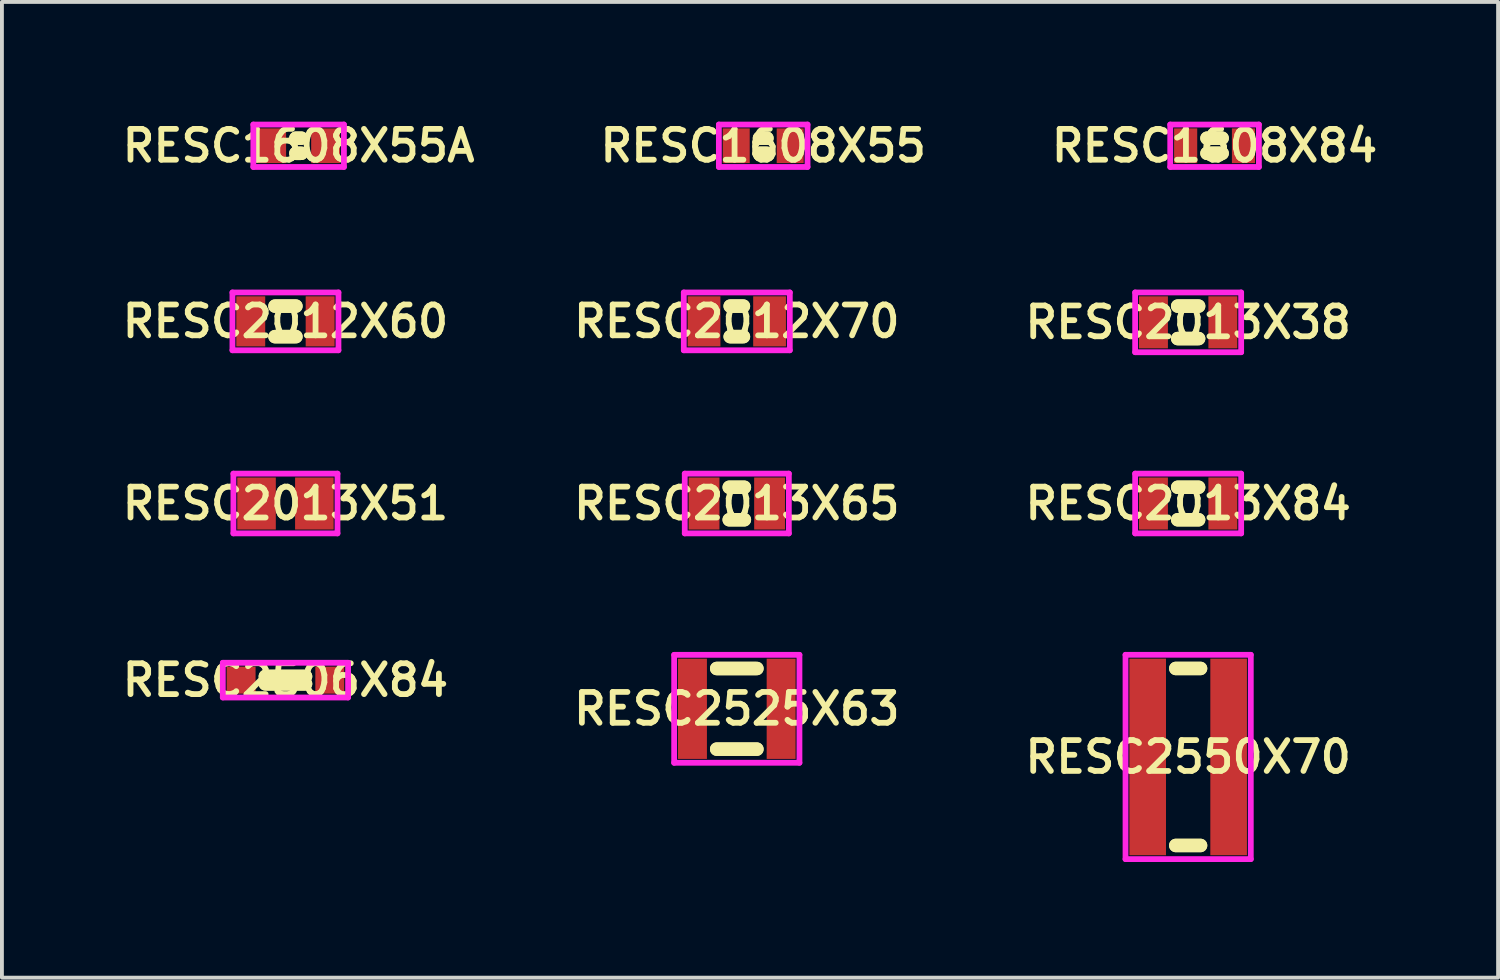
<source format=kicad_pcb>
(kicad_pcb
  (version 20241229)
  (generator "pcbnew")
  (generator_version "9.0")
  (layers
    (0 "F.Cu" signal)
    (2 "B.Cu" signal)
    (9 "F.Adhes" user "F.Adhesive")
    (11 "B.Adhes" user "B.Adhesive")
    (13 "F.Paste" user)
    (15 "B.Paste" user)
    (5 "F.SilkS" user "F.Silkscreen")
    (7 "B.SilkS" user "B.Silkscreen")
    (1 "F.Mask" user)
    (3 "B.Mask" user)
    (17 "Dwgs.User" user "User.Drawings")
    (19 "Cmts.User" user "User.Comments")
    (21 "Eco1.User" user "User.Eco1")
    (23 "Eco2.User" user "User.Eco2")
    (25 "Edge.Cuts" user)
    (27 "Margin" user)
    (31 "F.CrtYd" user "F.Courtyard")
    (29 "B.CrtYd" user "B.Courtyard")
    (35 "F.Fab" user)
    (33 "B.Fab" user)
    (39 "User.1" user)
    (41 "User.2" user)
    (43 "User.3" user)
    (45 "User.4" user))
  (footprint "RESC2550X70"
    (layer "F.Cu")
    (at 27.773 16.587)
    (property "Reference" "RESC2550X70" (at 0 0 0) (layer "F.SilkS") (effects (font (size 0.8 0.8) (thickness 0.15))))
    (attr smd)
    (fp_line (start -0.321 -2.296) (end 0.321 -2.296) (stroke (width 0.35) (type solid)) (layer "F.SilkS"))
    (fp_line (start -0.321 2.296) (end 0.321 2.296) (stroke (width 0.35) (type solid)) (layer "F.SilkS"))
    (fp_line (start 0.321 -2.296) (end -0.321 -2.296) (stroke (width 0.35) (type solid)) (layer "F.SilkS"))
    (fp_line (start 0.321 2.296) (end -0.321 2.296) (stroke (width 0.35) (type solid)) (layer "F.SilkS"))
    (fp_line (start -1.625 -2.65) (end 1.625 -2.65) (stroke (width 0.15) (type solid)) (layer "F.CrtYd"))
    (fp_line (start -1.625 2.65) (end -1.625 -2.65) (stroke (width 0.15) (type solid)) (layer "F.CrtYd"))
    (fp_line (start 1.625 -2.65) (end 1.625 2.65) (stroke (width 0.15) (type solid)) (layer "F.CrtYd"))
    (fp_line (start 1.625 2.65) (end -1.625 2.65) (stroke (width 0.15) (type solid)) (layer "F.CrtYd"))
    (pad "1" smd rect (at -1.05 0) (size 0.95 5.1) (layers "F.Cu" "F.Mask" "F.Paste"))
    (pad "2" smd rect (at 1.05 0) (size 0.95 5.1) (layers "F.Cu" "F.Mask" "F.Paste")))
  (footprint "RESC2012X70"
    (layer "F.Cu")
    (at 16.064 5.287)
    (property "Reference" "RESC2012X70" (at 0 0 0) (layer "F.SilkS") (effects (font (size 0.8 0.8) (thickness 0.15))))
    (attr smd)
    (fp_line (start -0.171 -0.396) (end 0.171 -0.396) (stroke (width 0.35) (type solid)) (layer "F.SilkS"))
    (fp_line (start -0.171 0.396) (end 0.171 0.396) (stroke (width 0.35) (type solid)) (layer "F.SilkS"))
    (fp_line (start 0.171 -0.396) (end -0.171 -0.396) (stroke (width 0.35) (type solid)) (layer "F.SilkS"))
    (fp_line (start 0.171 0.396) (end -0.171 0.396) (stroke (width 0.35) (type solid)) (layer "F.SilkS"))
    (fp_line (start -1.375 -0.75) (end 1.375 -0.75) (stroke (width 0.15) (type solid)) (layer "F.CrtYd"))
    (fp_line (start -1.375 0.75) (end -1.375 -0.75) (stroke (width 0.15) (type solid)) (layer "F.CrtYd"))
    (fp_line (start 1.375 -0.75) (end 1.375 0.75) (stroke (width 0.15) (type solid)) (layer "F.CrtYd"))
    (fp_line (start 1.375 0.75) (end -1.375 0.75) (stroke (width 0.15) (type solid)) (layer "F.CrtYd"))
    (pad "1" smd rect (at -0.85 0) (size 0.85 1.3) (layers "F.Cu" "F.Mask" "F.Paste"))
    (pad "2" smd rect (at 0.85 0) (size 0.85 1.3) (layers "F.Cu" "F.Mask" "F.Paste")))
  (footprint "RESC2012X60"
    (layer "F.Cu")
    (at 4.355 5.287)
    (property "Reference" "RESC2012X60" (at 0 0 0) (layer "F.SilkS") (effects (font (size 0.8 0.8) (thickness 0.15))))
    (attr smd)
    (fp_line (start -0.271 -0.396) (end 0.271 -0.396) (stroke (width 0.35) (type solid)) (layer "F.SilkS"))
    (fp_line (start -0.271 0.396) (end 0.271 0.396) (stroke (width 0.35) (type solid)) (layer "F.SilkS"))
    (fp_line (start 0.271 -0.396) (end -0.271 -0.396) (stroke (width 0.35) (type solid)) (layer "F.SilkS"))
    (fp_line (start 0.271 0.396) (end -0.271 0.396) (stroke (width 0.35) (type solid)) (layer "F.SilkS"))
    (fp_line (start -1.375 -0.75) (end 1.375 -0.75) (stroke (width 0.15) (type solid)) (layer "F.CrtYd"))
    (fp_line (start -1.375 0.75) (end -1.375 -0.75) (stroke (width 0.15) (type solid)) (layer "F.CrtYd"))
    (fp_line (start 1.375 -0.75) (end 1.375 0.75) (stroke (width 0.15) (type solid)) (layer "F.CrtYd"))
    (fp_line (start 1.375 0.75) (end -1.375 0.75) (stroke (width 0.15) (type solid)) (layer "F.CrtYd"))
    (pad "1" smd rect (at -0.9 0) (size 0.75 1.3) (layers "F.Cu" "F.Mask" "F.Paste"))
    (pad "2" smd rect (at 0.9 0) (size 0.75 1.3) (layers "F.Cu" "F.Mask" "F.Paste")))
  (footprint "RESC1608X84"
    (layer "F.Cu")
    (at 28.458 0.731)
    (property "Reference" "RESC1608X84" (at 0 0 0) (layer "F.SilkS") (effects (font (size 0.8 0.8) (thickness 0.15))))
    (attr smd)
    (fp_line (start -0.196 -0.196) (end 0.196 -0.196) (stroke (width 0.35) (type solid)) (layer "F.SilkS"))
    (fp_line (start -0.196 0.196) (end 0.196 0.196) (stroke (width 0.35) (type solid)) (layer "F.SilkS"))
    (fp_line (start 0.196 -0.196) (end -0.196 -0.196) (stroke (width 0.35) (type solid)) (layer "F.SilkS"))
    (fp_line (start 0.196 0.196) (end -0.196 0.196) (stroke (width 0.35) (type solid)) (layer "F.SilkS"))
    (fp_line (start -1.15 -0.55) (end 1.15 -0.55) (stroke (width 0.15) (type solid)) (layer "F.CrtYd"))
    (fp_line (start -1.15 0.55) (end -1.15 -0.55) (stroke (width 0.15) (type solid)) (layer "F.CrtYd"))
    (fp_line (start 1.15 -0.55) (end 1.15 0.55) (stroke (width 0.15) (type solid)) (layer "F.CrtYd"))
    (fp_line (start 1.15 0.55) (end -1.15 0.55) (stroke (width 0.15) (type solid)) (layer "F.CrtYd"))
    (pad "1" smd rect (at -0.75 0) (size 0.6 0.9) (layers "F.Cu" "F.Mask" "F.Paste"))
    (pad "2" smd rect (at 0.75 0) (size 0.6 0.9) (layers "F.Cu" "F.Mask" "F.Paste")))
  (footprint "RESC2013X84"
    (layer "F.Cu")
    (at 27.773 10.012)
    (property "Reference" "RESC2013X84" (at 0 0 0) (layer "F.SilkS") (effects (font (size 0.8 0.8) (thickness 0.15))))
    (attr smd)
    (fp_line (start -0.271 -0.421) (end 0.271 -0.421) (stroke (width 0.35) (type solid)) (layer "F.SilkS"))
    (fp_line (start -0.271 0.421) (end 0.271 0.421) (stroke (width 0.35) (type solid)) (layer "F.SilkS"))
    (fp_line (start 0.271 -0.421) (end -0.271 -0.421) (stroke (width 0.35) (type solid)) (layer "F.SilkS"))
    (fp_line (start 0.271 0.421) (end -0.271 0.421) (stroke (width 0.35) (type solid)) (layer "F.SilkS"))
    (fp_line (start -1.375 -0.775) (end 1.375 -0.775) (stroke (width 0.15) (type solid)) (layer "F.CrtYd"))
    (fp_line (start -1.375 0.775) (end -1.375 -0.775) (stroke (width 0.15) (type solid)) (layer "F.CrtYd"))
    (fp_line (start 1.375 -0.775) (end 1.375 0.775) (stroke (width 0.15) (type solid)) (layer "F.CrtYd"))
    (fp_line (start 1.375 0.775) (end -1.375 0.775) (stroke (width 0.15) (type solid)) (layer "F.CrtYd"))
    (pad "1" smd rect (at -0.9 0) (size 0.75 1.35) (layers "F.Cu" "F.Mask" "F.Paste"))
    (pad "2" smd rect (at 0.9 0) (size 0.75 1.35) (layers "F.Cu" "F.Mask" "F.Paste")))
  (footprint "RESC2013X38"
    (layer "F.Cu")
    (at 27.773 5.312)
    (property "Reference" "RESC2013X38" (at 0 0 0) (layer "F.SilkS") (effects (font (size 0.8 0.8) (thickness 0.15))))
    (attr smd)
    (fp_line (start -0.271 -0.421) (end 0.271 -0.421) (stroke (width 0.35) (type solid)) (layer "F.SilkS"))
    (fp_line (start -0.271 0.421) (end 0.271 0.421) (stroke (width 0.35) (type solid)) (layer "F.SilkS"))
    (fp_line (start 0.271 -0.421) (end -0.271 -0.421) (stroke (width 0.35) (type solid)) (layer "F.SilkS"))
    (fp_line (start 0.271 0.421) (end -0.271 0.421) (stroke (width 0.35) (type solid)) (layer "F.SilkS"))
    (fp_line (start -1.375 -0.775) (end 1.375 -0.775) (stroke (width 0.15) (type solid)) (layer "F.CrtYd"))
    (fp_line (start -1.375 0.775) (end -1.375 -0.775) (stroke (width 0.15) (type solid)) (layer "F.CrtYd"))
    (fp_line (start 1.375 -0.775) (end 1.375 0.775) (stroke (width 0.15) (type solid)) (layer "F.CrtYd"))
    (fp_line (start 1.375 0.775) (end -1.375 0.775) (stroke (width 0.15) (type solid)) (layer "F.CrtYd"))
    (pad "1" smd rect (at -0.9 0) (size 0.75 1.35) (layers "F.Cu" "F.Mask" "F.Paste"))
    (pad "2" smd rect (at 0.9 0) (size 0.75 1.35) (layers "F.Cu" "F.Mask" "F.Paste")))
  (footprint "RESC1608X55"
    (layer "F.Cu")
    (at 16.749 0.731)
    (property "Reference" "RESC1608X55" (at 0 0 0) (layer "F.SilkS") (effects (font (size 0.8 0.8) (thickness 0.15))))
    (attr smd)
    (fp_line (start -0.096 -0.196) (end 0.096 -0.196) (stroke (width 0.35) (type solid)) (layer "F.SilkS"))
    (fp_line (start -0.096 0.196) (end 0.096 0.196) (stroke (width 0.35) (type solid)) (layer "F.SilkS"))
    (fp_line (start 0.096 -0.196) (end -0.096 -0.196) (stroke (width 0.35) (type solid)) (layer "F.SilkS"))
    (fp_line (start 0.096 0.196) (end -0.096 0.196) (stroke (width 0.35) (type solid)) (layer "F.SilkS"))
    (fp_line (start -1.15 -0.55) (end 1.15 -0.55) (stroke (width 0.15) (type solid)) (layer "F.CrtYd"))
    (fp_line (start -1.15 0.55) (end -1.15 -0.55) (stroke (width 0.15) (type solid)) (layer "F.CrtYd"))
    (fp_line (start 1.15 -0.55) (end 1.15 0.55) (stroke (width 0.15) (type solid)) (layer "F.CrtYd"))
    (fp_line (start 1.15 0.55) (end -1.15 0.55) (stroke (width 0.15) (type solid)) (layer "F.CrtYd"))
    (pad "1" smd rect (at -0.7 0) (size 0.7 0.9) (layers "F.Cu" "F.Mask" "F.Paste"))
    (pad "2" smd rect (at 0.7 0) (size 0.7 0.9) (layers "F.Cu" "F.Mask" "F.Paste")))
  (footprint "RESC2013X51"
    (layer "F.Cu")
    (at 4.355 10.012)
    (property "Reference" "RESC2013X51" (at 0 0 0) (layer "F.SilkS") (effects (font (size 0.8 0.8) (thickness 0.15))))
    (attr smd)
    (fp_line (start -1.35 -0.775) (end 1.35 -0.775) (stroke (width 0.15) (type solid)) (layer "F.CrtYd"))
    (fp_line (start -1.35 0.775) (end -1.35 -0.775) (stroke (width 0.15) (type solid)) (layer "F.CrtYd"))
    (fp_line (start 1.35 -0.775) (end 1.35 0.775) (stroke (width 0.15) (type solid)) (layer "F.CrtYd"))
    (fp_line (start 1.35 0.775) (end -1.35 0.775) (stroke (width 0.15) (type solid)) (layer "F.CrtYd"))
    (pad "1" smd rect (at -0.75 0) (size 1 1.35) (layers "F.Cu" "F.Mask" "F.Paste"))
    (pad "2" smd rect (at 0.75 0) (size 1 1.35) (layers "F.Cu" "F.Mask" "F.Paste")))
  (footprint "RESC1608X55A"
    (layer "F.Cu")
    (at 4.697 0.731)
    (property "Reference" "RESC1608X55A" (at 0 0 0) (layer "F.SilkS") (effects (font (size 0.8 0.8) (thickness 0.15))))
    (attr smd)
    (fp_line (start -0.071 -0.196) (end 0.071 -0.196) (stroke (width 0.35) (type solid)) (layer "F.SilkS"))
    (fp_line (start -0.071 0.196) (end 0.071 0.196) (stroke (width 0.35) (type solid)) (layer "F.SilkS"))
    (fp_line (start 0.071 -0.196) (end -0.071 -0.196) (stroke (width 0.35) (type solid)) (layer "F.SilkS"))
    (fp_line (start 0.071 0.196) (end -0.071 0.196) (stroke (width 0.35) (type solid)) (layer "F.SilkS"))
    (fp_line (start -1.175 -0.55) (end 1.175 -0.55) (stroke (width 0.15) (type solid)) (layer "F.CrtYd"))
    (fp_line (start -1.175 0.55) (end -1.175 -0.55) (stroke (width 0.15) (type solid)) (layer "F.CrtYd"))
    (fp_line (start 1.175 -0.55) (end 1.175 0.55) (stroke (width 0.15) (type solid)) (layer "F.CrtYd"))
    (fp_line (start 1.175 0.55) (end -1.175 0.55) (stroke (width 0.15) (type solid)) (layer "F.CrtYd"))
    (pad "1" smd rect (at -0.7 0) (size 0.75 0.9) (layers "F.Cu" "F.Mask" "F.Paste"))
    (pad "2" smd rect (at 0.7 0) (size 0.75 0.9) (layers "F.Cu" "F.Mask" "F.Paste")))
  (footprint "RESC2525X63"
    (layer "F.Cu")
    (at 16.064 15.338)
    (property "Reference" "RESC2525X63" (at 0 0 0) (layer "F.SilkS") (effects (font (size 0.8 0.8) (thickness 0.15))))
    (attr smd)
    (fp_line (start -0.521 -1.046) (end 0.521 -1.046) (stroke (width 0.35) (type solid)) (layer "F.SilkS"))
    (fp_line (start -0.521 1.046) (end 0.521 1.046) (stroke (width 0.35) (type solid)) (layer "F.SilkS"))
    (fp_line (start 0.521 -1.046) (end -0.521 -1.046) (stroke (width 0.35) (type solid)) (layer "F.SilkS"))
    (fp_line (start 0.521 1.046) (end -0.521 1.046) (stroke (width 0.35) (type solid)) (layer "F.SilkS"))
    (fp_line (start -1.625 -1.4) (end 1.625 -1.4) (stroke (width 0.15) (type solid)) (layer "F.CrtYd"))
    (fp_line (start -1.625 1.4) (end -1.625 -1.4) (stroke (width 0.15) (type solid)) (layer "F.CrtYd"))
    (fp_line (start 1.625 -1.4) (end 1.625 1.4) (stroke (width 0.15) (type solid)) (layer "F.CrtYd"))
    (fp_line (start 1.625 1.4) (end -1.625 1.4) (stroke (width 0.15) (type solid)) (layer "F.CrtYd"))
    (pad "1" smd rect (at -1.15 0) (size 0.75 2.6) (layers "F.Cu" "F.Mask" "F.Paste"))
    (pad "2" smd rect (at 1.15 0) (size 0.75 2.6) (layers "F.Cu" "F.Mask" "F.Paste")))
  (footprint "RESC2013X65"
    (layer "F.Cu")
    (at 16.064 10.012)
    (property "Reference" "RESC2013X65" (at 0 0 0) (layer "F.SilkS") (effects (font (size 0.8 0.8) (thickness 0.15))))
    (attr smd)
    (fp_line (start -0.196 -0.421) (end 0.196 -0.421) (stroke (width 0.35) (type solid)) (layer "F.SilkS"))
    (fp_line (start -0.196 0.421) (end 0.196 0.421) (stroke (width 0.35) (type solid)) (layer "F.SilkS"))
    (fp_line (start 0.196 -0.421) (end -0.196 -0.421) (stroke (width 0.35) (type solid)) (layer "F.SilkS"))
    (fp_line (start 0.196 0.421) (end -0.196 0.421) (stroke (width 0.35) (type solid)) (layer "F.SilkS"))
    (fp_line (start -1.35 -0.775) (end 1.35 -0.775) (stroke (width 0.15) (type solid)) (layer "F.CrtYd"))
    (fp_line (start -1.35 0.775) (end -1.35 -0.775) (stroke (width 0.15) (type solid)) (layer "F.CrtYd"))
    (fp_line (start 1.35 -0.775) (end 1.35 0.775) (stroke (width 0.15) (type solid)) (layer "F.CrtYd"))
    (fp_line (start 1.35 0.775) (end -1.35 0.775) (stroke (width 0.15) (type solid)) (layer "F.CrtYd"))
    (pad "1" smd rect (at -0.85 0) (size 0.8 1.35) (layers "F.Cu" "F.Mask" "F.Paste"))
    (pad "2" smd rect (at 0.85 0) (size 0.8 1.35) (layers "F.Cu" "F.Mask" "F.Paste")))
  (footprint "RESC2506X84"
    (layer "F.Cu")
    (at 4.355 14.594)
    (property "Reference" "RESC2506X84" (at 0 0 0) (layer "F.SilkS") (effects (font (size 0.8 0.8) (thickness 0.15))))
    (attr smd)
    (fp_line (start -0.521 -0.096) (end 0.521 -0.096) (stroke (width 0.35) (type solid)) (layer "F.SilkS"))
    (fp_line (start -0.521 0.096) (end 0.521 0.096) (stroke (width 0.35) (type solid)) (layer "F.SilkS"))
    (fp_line (start 0.521 -0.096) (end -0.521 -0.096) (stroke (width 0.35) (type solid)) (layer "F.SilkS"))
    (fp_line (start 0.521 0.096) (end -0.521 0.096) (stroke (width 0.35) (type solid)) (layer "F.SilkS"))
    (fp_line (start -1.625 -0.45) (end 1.625 -0.45) (stroke (width 0.15) (type solid)) (layer "F.CrtYd"))
    (fp_line (start -1.625 0.45) (end -1.625 -0.45) (stroke (width 0.15) (type solid)) (layer "F.CrtYd"))
    (fp_line (start 1.625 -0.45) (end 1.625 0.45) (stroke (width 0.15) (type solid)) (layer "F.CrtYd"))
    (fp_line (start 1.625 0.45) (end -1.625 0.45) (stroke (width 0.15) (type solid)) (layer "F.CrtYd"))
    (pad "1" smd rect (at -1.15 0) (size 0.75 0.7) (layers "F.Cu" "F.Mask" "F.Paste"))
    (pad "2" smd rect (at 1.15 0) (size 0.75 0.7) (layers "F.Cu" "F.Mask" "F.Paste")))
  (gr_rect
    (start -3 -3)
    (end 35.813 22.312)
    (stroke (width 0.1) (type default))
    (fill no)
    (layer "Edge.Cuts")))
</source>
